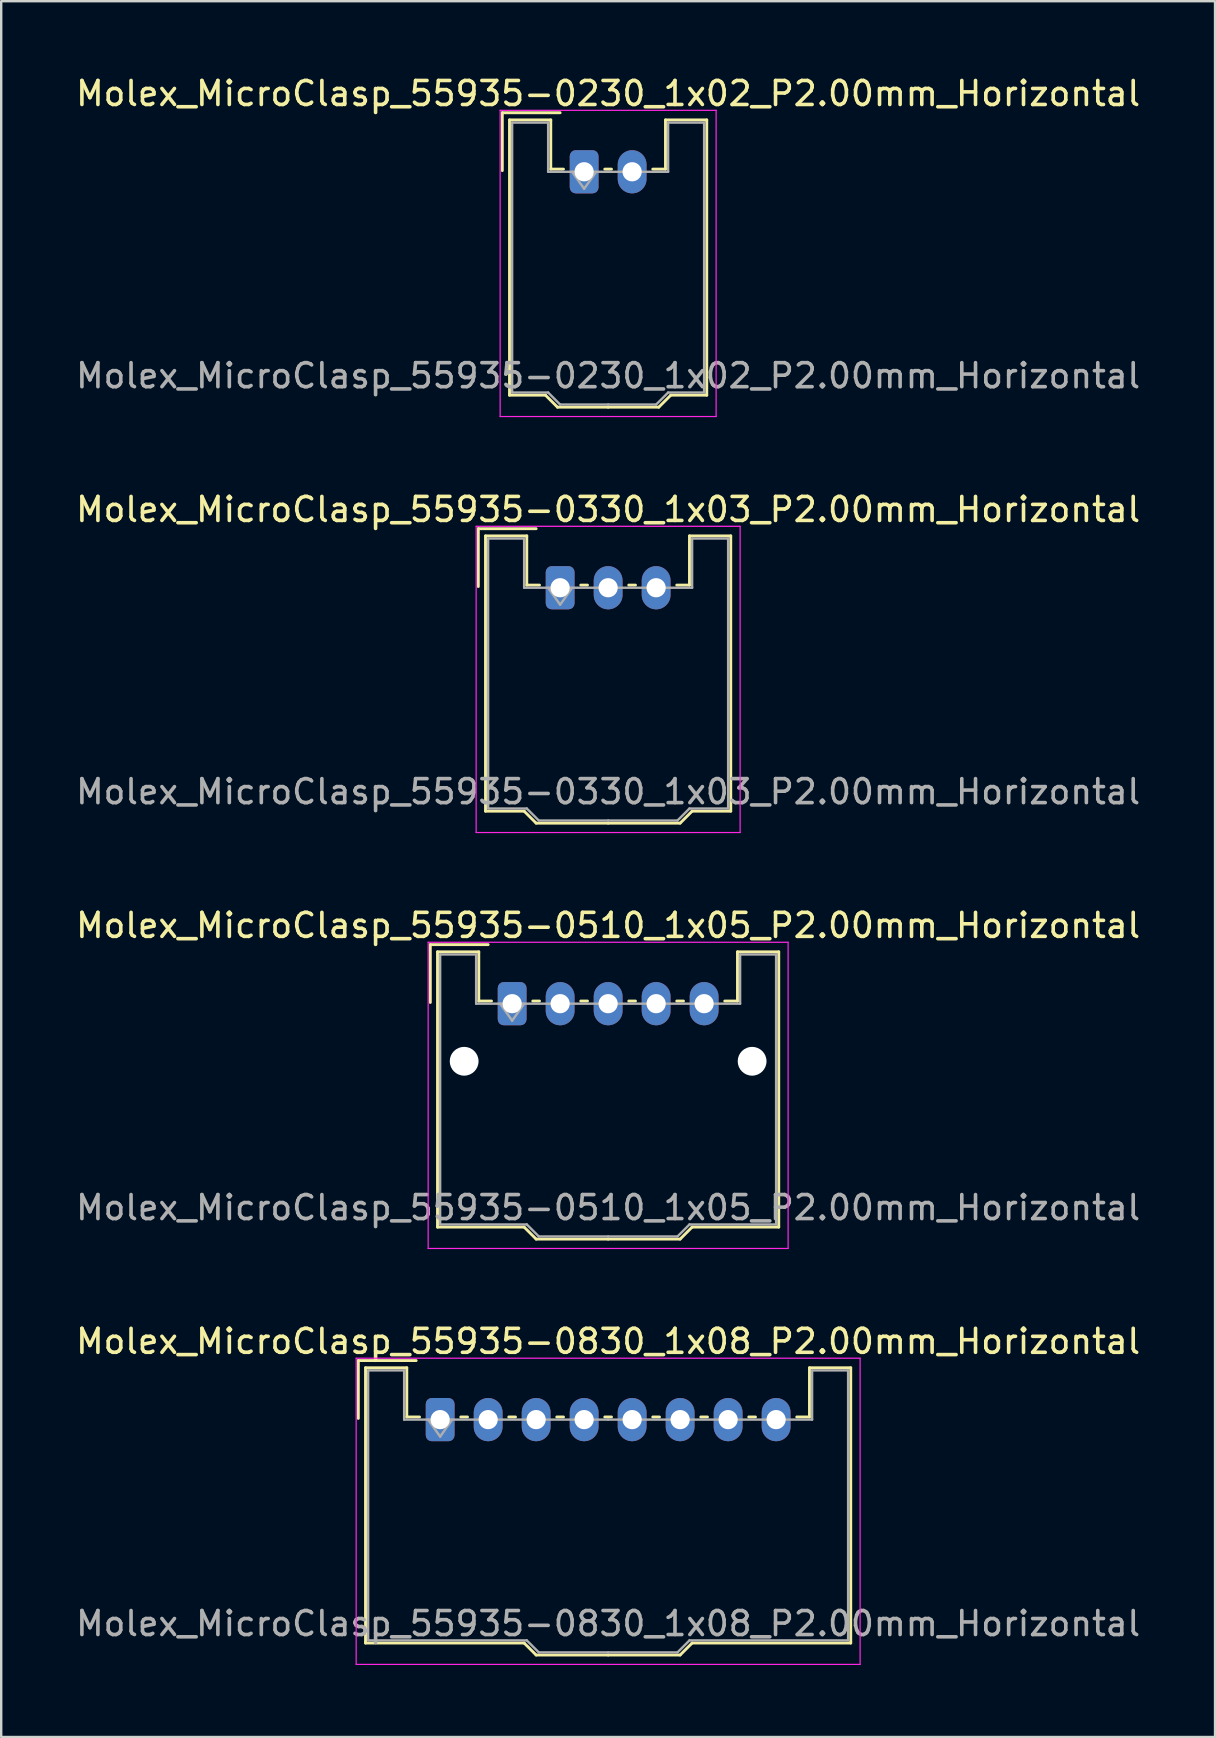
<source format=kicad_pcb>
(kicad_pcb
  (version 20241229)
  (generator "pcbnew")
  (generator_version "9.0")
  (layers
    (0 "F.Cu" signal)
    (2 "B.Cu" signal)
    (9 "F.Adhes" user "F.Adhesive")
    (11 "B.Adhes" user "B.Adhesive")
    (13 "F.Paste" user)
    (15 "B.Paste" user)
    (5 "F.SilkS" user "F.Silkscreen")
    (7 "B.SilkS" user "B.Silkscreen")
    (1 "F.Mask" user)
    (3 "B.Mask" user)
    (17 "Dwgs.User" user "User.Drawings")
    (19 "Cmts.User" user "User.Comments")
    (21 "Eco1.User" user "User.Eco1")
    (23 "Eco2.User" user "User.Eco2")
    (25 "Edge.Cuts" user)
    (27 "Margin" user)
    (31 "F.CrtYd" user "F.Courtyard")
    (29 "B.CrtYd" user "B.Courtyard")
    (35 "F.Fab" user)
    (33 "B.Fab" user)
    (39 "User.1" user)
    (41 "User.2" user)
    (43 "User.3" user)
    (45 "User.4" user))
  (footprint "Molex_MicroClasp_55935-0230_1x02_P2.00mm_Horizontal"
    (layer "F.Cu")
    (at 21.292 4.108)
    (property "Reference" "Molex_MicroClasp_55935-0230_1x02_P2.00mm_Horizontal" (at 1 -3.26 0) (layer "F.SilkS") (effects (font (size 1 1) (thickness 0.15))))
    (attr through_hole)
    (fp_line (start -3.41 -2.46) (end -1 -2.46) (stroke (width 0.12) (type solid)) (layer "F.SilkS"))
    (fp_line (start -3.41 -0.05) (end -3.41 -2.46) (stroke (width 0.12) (type solid)) (layer "F.SilkS"))
    (fp_line (start -3.11 -2.16) (end -1.39 -2.16) (stroke (width 0.12) (type solid)) (layer "F.SilkS"))
    (fp_line (start -3.11 9.31) (end -3.11 -2.16) (stroke (width 0.12) (type solid)) (layer "F.SilkS"))
    (fp_line (start -1.61 9.31) (end -3.11 9.31) (stroke (width 0.12) (type solid)) (layer "F.SilkS"))
    (fp_line (start -1.39 -2.16) (end -1.39 -0.11) (stroke (width 0.12) (type solid)) (layer "F.SilkS"))
    (fp_line (start -1.39 -0.11) (end -0.86 -0.11) (stroke (width 0.12) (type solid)) (layer "F.SilkS"))
    (fp_line (start -1.11 9.81) (end -1.61 9.31) (stroke (width 0.12) (type solid)) (layer "F.SilkS"))
    (fp_line (start 0.86 -0.11) (end 1.14 -0.11) (stroke (width 0.12) (type solid)) (layer "F.SilkS"))
    (fp_line (start 1 9.81) (end -1.11 9.81) (stroke (width 0.12) (type solid)) (layer "F.SilkS"))
    (fp_line (start 1 9.81) (end 3.11 9.81) (stroke (width 0.12) (type solid)) (layer "F.SilkS"))
    (fp_line (start 3.11 9.81) (end 3.61 9.31) (stroke (width 0.12) (type solid)) (layer "F.SilkS"))
    (fp_line (start 3.39 -2.16) (end 3.39 -0.11) (stroke (width 0.12) (type solid)) (layer "F.SilkS"))
    (fp_line (start 3.39 -0.11) (end 2.86 -0.11) (stroke (width 0.12) (type solid)) (layer "F.SilkS"))
    (fp_line (start 3.61 9.31) (end 5.11 9.31) (stroke (width 0.12) (type solid)) (layer "F.SilkS"))
    (fp_line (start 5.11 -2.16) (end 3.39 -2.16) (stroke (width 0.12) (type solid)) (layer "F.SilkS"))
    (fp_line (start 5.11 9.31) (end 5.11 -2.16) (stroke (width 0.12) (type solid)) (layer "F.SilkS"))
    (fp_line (start -3.5 -2.56) (end -3.5 10.2) (stroke (width 0.05) (type solid)) (layer "F.CrtYd"))
    (fp_line (start -3.5 10.2) (end 5.5 10.2) (stroke (width 0.05) (type solid)) (layer "F.CrtYd"))
    (fp_line (start 5.5 -2.56) (end -3.5 -2.56) (stroke (width 0.05) (type solid)) (layer "F.CrtYd"))
    (fp_line (start 5.5 10.2) (end 5.5 -2.56) (stroke (width 0.05) (type solid)) (layer "F.CrtYd"))
    (fp_line (start -3 -2.05) (end -1.5 -2.05) (stroke (width 0.1) (type solid)) (layer "F.Fab"))
    (fp_line (start -3 9.2) (end -3 -2.05) (stroke (width 0.1) (type solid)) (layer "F.Fab"))
    (fp_line (start -1.5 -2.05) (end -1.5 0) (stroke (width 0.1) (type solid)) (layer "F.Fab"))
    (fp_line (start -1.5 0) (end 1 0) (stroke (width 0.1) (type solid)) (layer "F.Fab"))
    (fp_line (start -1.5 9.2) (end -3 9.2) (stroke (width 0.1) (type solid)) (layer "F.Fab"))
    (fp_line (start -1 9.7) (end -1.5 9.2) (stroke (width 0.1) (type solid)) (layer "F.Fab"))
    (fp_line (start -0.5 0) (end 0 0.707) (stroke (width 0.1) (type solid)) (layer "F.Fab"))
    (fp_line (start 0 0.707) (end 0.5 0) (stroke (width 0.1) (type solid)) (layer "F.Fab"))
    (fp_line (start 1 9.7) (end -1 9.7) (stroke (width 0.1) (type solid)) (layer "F.Fab"))
    (fp_line (start 1 9.7) (end 3 9.7) (stroke (width 0.1) (type solid)) (layer "F.Fab"))
    (fp_line (start 3 9.7) (end 3.5 9.2) (stroke (width 0.1) (type solid)) (layer "F.Fab"))
    (fp_line (start 3.5 -2.05) (end 3.5 0) (stroke (width 0.1) (type solid)) (layer "F.Fab"))
    (fp_line (start 3.5 0) (end 1 0) (stroke (width 0.1) (type solid)) (layer "F.Fab"))
    (fp_line (start 3.5 9.2) (end 5 9.2) (stroke (width 0.1) (type solid)) (layer "F.Fab"))
    (fp_line (start 5 -2.05) (end 3.5 -2.05) (stroke (width 0.1) (type solid)) (layer "F.Fab"))
    (fp_line (start 5 9.2) (end 5 -2.05) (stroke (width 0.1) (type solid)) (layer "F.Fab"))
    (fp_text user "${REFERENCE}" (at 1 8.5 0) (layer "F.Fab") (effects (font (size 1 1) (thickness 0.15))))
    (pad "1" thru_hole roundrect (at 0 0) (size 1.2 1.8) (drill 0.8) (layers "*.Cu" "*.Mask") (roundrect_rratio 0.208))
    (pad "2" thru_hole oval (at 2 0) (size 1.2 1.8) (drill 0.8) (layers "*.Cu" "*.Mask")))
  (footprint "Molex_MicroClasp_55935-0330_1x03_P2.00mm_Horizontal"
    (layer "F.Cu")
    (at 20.292 21.442)
    (property "Reference" "Molex_MicroClasp_55935-0330_1x03_P2.00mm_Horizontal" (at 2 -3.26 0) (layer "F.SilkS") (effects (font (size 1 1) (thickness 0.15))))
    (attr through_hole)
    (fp_line (start -3.41 -2.46) (end -1 -2.46) (stroke (width 0.12) (type solid)) (layer "F.SilkS"))
    (fp_line (start -3.41 -0.05) (end -3.41 -2.46) (stroke (width 0.12) (type solid)) (layer "F.SilkS"))
    (fp_line (start -3.11 -2.16) (end -1.39 -2.16) (stroke (width 0.12) (type solid)) (layer "F.SilkS"))
    (fp_line (start -3.11 9.31) (end -3.11 -2.16) (stroke (width 0.12) (type solid)) (layer "F.SilkS"))
    (fp_line (start -1.5 9.31) (end -3.11 9.31) (stroke (width 0.12) (type solid)) (layer "F.SilkS"))
    (fp_line (start -1.39 -2.16) (end -1.39 -0.11) (stroke (width 0.12) (type solid)) (layer "F.SilkS"))
    (fp_line (start -1.39 -0.11) (end -0.86 -0.11) (stroke (width 0.12) (type solid)) (layer "F.SilkS"))
    (fp_line (start -1 9.81) (end -1.5 9.31) (stroke (width 0.12) (type solid)) (layer "F.SilkS"))
    (fp_line (start 0.86 -0.11) (end 1.14 -0.11) (stroke (width 0.12) (type solid)) (layer "F.SilkS"))
    (fp_line (start 2 9.81) (end -1 9.81) (stroke (width 0.12) (type solid)) (layer "F.SilkS"))
    (fp_line (start 2 9.81) (end 5 9.81) (stroke (width 0.12) (type solid)) (layer "F.SilkS"))
    (fp_line (start 2.86 -0.11) (end 3.14 -0.11) (stroke (width 0.12) (type solid)) (layer "F.SilkS"))
    (fp_line (start 5 9.81) (end 5.5 9.31) (stroke (width 0.12) (type solid)) (layer "F.SilkS"))
    (fp_line (start 5.39 -2.16) (end 5.39 -0.11) (stroke (width 0.12) (type solid)) (layer "F.SilkS"))
    (fp_line (start 5.39 -0.11) (end 4.86 -0.11) (stroke (width 0.12) (type solid)) (layer "F.SilkS"))
    (fp_line (start 5.5 9.31) (end 7.11 9.31) (stroke (width 0.12) (type solid)) (layer "F.SilkS"))
    (fp_line (start 7.11 -2.16) (end 5.39 -2.16) (stroke (width 0.12) (type solid)) (layer "F.SilkS"))
    (fp_line (start 7.11 9.31) (end 7.11 -2.16) (stroke (width 0.12) (type solid)) (layer "F.SilkS"))
    (fp_line (start -3.5 -2.56) (end -3.5 10.2) (stroke (width 0.05) (type solid)) (layer "F.CrtYd"))
    (fp_line (start -3.5 10.2) (end 7.5 10.2) (stroke (width 0.05) (type solid)) (layer "F.CrtYd"))
    (fp_line (start 7.5 -2.56) (end -3.5 -2.56) (stroke (width 0.05) (type solid)) (layer "F.CrtYd"))
    (fp_line (start 7.5 10.2) (end 7.5 -2.56) (stroke (width 0.05) (type solid)) (layer "F.CrtYd"))
    (fp_line (start -3 -2.05) (end -1.5 -2.05) (stroke (width 0.1) (type solid)) (layer "F.Fab"))
    (fp_line (start -3 9.2) (end -3 -2.05) (stroke (width 0.1) (type solid)) (layer "F.Fab"))
    (fp_line (start -1.5 -2.05) (end -1.5 0) (stroke (width 0.1) (type solid)) (layer "F.Fab"))
    (fp_line (start -1.5 0) (end 2 0) (stroke (width 0.1) (type solid)) (layer "F.Fab"))
    (fp_line (start -1.39 9.2) (end -3 9.2) (stroke (width 0.1) (type solid)) (layer "F.Fab"))
    (fp_line (start -0.89 9.7) (end -1.39 9.2) (stroke (width 0.1) (type solid)) (layer "F.Fab"))
    (fp_line (start -0.5 0) (end 0 0.707) (stroke (width 0.1) (type solid)) (layer "F.Fab"))
    (fp_line (start 0 0.707) (end 0.5 0) (stroke (width 0.1) (type solid)) (layer "F.Fab"))
    (fp_line (start 2 9.7) (end -0.89 9.7) (stroke (width 0.1) (type solid)) (layer "F.Fab"))
    (fp_line (start 2 9.7) (end 4.89 9.7) (stroke (width 0.1) (type solid)) (layer "F.Fab"))
    (fp_line (start 4.89 9.7) (end 5.39 9.2) (stroke (width 0.1) (type solid)) (layer "F.Fab"))
    (fp_line (start 5.39 9.2) (end 7 9.2) (stroke (width 0.1) (type solid)) (layer "F.Fab"))
    (fp_line (start 5.5 -2.05) (end 5.5 0) (stroke (width 0.1) (type solid)) (layer "F.Fab"))
    (fp_line (start 5.5 0) (end 2 0) (stroke (width 0.1) (type solid)) (layer "F.Fab"))
    (fp_line (start 7 -2.05) (end 5.5 -2.05) (stroke (width 0.1) (type solid)) (layer "F.Fab"))
    (fp_line (start 7 9.2) (end 7 -2.05) (stroke (width 0.1) (type solid)) (layer "F.Fab"))
    (fp_text user "${REFERENCE}" (at 2 8.5 0) (layer "F.Fab") (effects (font (size 1 1) (thickness 0.15))))
    (pad "1" thru_hole roundrect (at 0 0) (size 1.2 1.8) (drill 0.8) (layers "*.Cu" "*.Mask") (roundrect_rratio 0.208))
    (pad "2" thru_hole oval (at 2 0) (size 1.2 1.8) (drill 0.8) (layers "*.Cu" "*.Mask"))
    (pad "3" thru_hole oval (at 4 0) (size 1.2 1.8) (drill 0.8) (layers "*.Cu" "*.Mask")))
  (footprint "Molex_MicroClasp_55935-0510_1x05_P2.00mm_Horizontal"
    (layer "F.Cu")
    (at 18.292 38.775)
    (property "Reference" "Molex_MicroClasp_55935-0510_1x05_P2.00mm_Horizontal" (at 4 -3.26 0) (layer "F.SilkS") (effects (font (size 1 1) (thickness 0.15))))
    (attr through_hole)
    (fp_line (start -3.41 -2.46) (end -1 -2.46) (stroke (width 0.12) (type solid)) (layer "F.SilkS"))
    (fp_line (start -3.41 -0.05) (end -3.41 -2.46) (stroke (width 0.12) (type solid)) (layer "F.SilkS"))
    (fp_line (start -3.11 -2.16) (end -1.39 -2.16) (stroke (width 0.12) (type solid)) (layer "F.SilkS"))
    (fp_line (start -3.11 9.31) (end -3.11 -2.16) (stroke (width 0.12) (type solid)) (layer "F.SilkS"))
    (fp_line (start -1.39 -2.16) (end -1.39 -0.11) (stroke (width 0.12) (type solid)) (layer "F.SilkS"))
    (fp_line (start -1.39 -0.11) (end -0.86 -0.11) (stroke (width 0.12) (type solid)) (layer "F.SilkS"))
    (fp_line (start 0.5 9.31) (end -3.11 9.31) (stroke (width 0.12) (type solid)) (layer "F.SilkS"))
    (fp_line (start 0.86 -0.11) (end 1.14 -0.11) (stroke (width 0.12) (type solid)) (layer "F.SilkS"))
    (fp_line (start 1 9.81) (end 0.5 9.31) (stroke (width 0.12) (type solid)) (layer "F.SilkS"))
    (fp_line (start 2.86 -0.11) (end 3.14 -0.11) (stroke (width 0.12) (type solid)) (layer "F.SilkS"))
    (fp_line (start 4 9.81) (end 1 9.81) (stroke (width 0.12) (type solid)) (layer "F.SilkS"))
    (fp_line (start 4 9.81) (end 7 9.81) (stroke (width 0.12) (type solid)) (layer "F.SilkS"))
    (fp_line (start 4.86 -0.11) (end 5.14 -0.11) (stroke (width 0.12) (type solid)) (layer "F.SilkS"))
    (fp_line (start 6.86 -0.11) (end 7.14 -0.11) (stroke (width 0.12) (type solid)) (layer "F.SilkS"))
    (fp_line (start 7 9.81) (end 7.5 9.31) (stroke (width 0.12) (type solid)) (layer "F.SilkS"))
    (fp_line (start 7.5 9.31) (end 11.11 9.31) (stroke (width 0.12) (type solid)) (layer "F.SilkS"))
    (fp_line (start 9.39 -2.16) (end 9.39 -0.11) (stroke (width 0.12) (type solid)) (layer "F.SilkS"))
    (fp_line (start 9.39 -0.11) (end 8.86 -0.11) (stroke (width 0.12) (type solid)) (layer "F.SilkS"))
    (fp_line (start 11.11 -2.16) (end 9.39 -2.16) (stroke (width 0.12) (type solid)) (layer "F.SilkS"))
    (fp_line (start 11.11 9.31) (end 11.11 -2.16) (stroke (width 0.12) (type solid)) (layer "F.SilkS"))
    (fp_line (start -3.5 -2.56) (end -3.5 10.2) (stroke (width 0.05) (type solid)) (layer "F.CrtYd"))
    (fp_line (start -3.5 10.2) (end 11.5 10.2) (stroke (width 0.05) (type solid)) (layer "F.CrtYd"))
    (fp_line (start 11.5 -2.56) (end -3.5 -2.56) (stroke (width 0.05) (type solid)) (layer "F.CrtYd"))
    (fp_line (start 11.5 10.2) (end 11.5 -2.56) (stroke (width 0.05) (type solid)) (layer "F.CrtYd"))
    (fp_line (start -3 -2.05) (end -1.5 -2.05) (stroke (width 0.1) (type solid)) (layer "F.Fab"))
    (fp_line (start -3 9.2) (end -3 -2.05) (stroke (width 0.1) (type solid)) (layer "F.Fab"))
    (fp_line (start -1.5 -2.05) (end -1.5 0) (stroke (width 0.1) (type solid)) (layer "F.Fab"))
    (fp_line (start -1.5 0) (end 4 0) (stroke (width 0.1) (type solid)) (layer "F.Fab"))
    (fp_line (start -0.5 0) (end 0 0.707) (stroke (width 0.1) (type solid)) (layer "F.Fab"))
    (fp_line (start 0 0.707) (end 0.5 0) (stroke (width 0.1) (type solid)) (layer "F.Fab"))
    (fp_line (start 0.61 9.2) (end -3 9.2) (stroke (width 0.1) (type solid)) (layer "F.Fab"))
    (fp_line (start 1.11 9.7) (end 0.61 9.2) (stroke (width 0.1) (type solid)) (layer "F.Fab"))
    (fp_line (start 4 9.7) (end 1.11 9.7) (stroke (width 0.1) (type solid)) (layer "F.Fab"))
    (fp_line (start 4 9.7) (end 6.89 9.7) (stroke (width 0.1) (type solid)) (layer "F.Fab"))
    (fp_line (start 6.89 9.7) (end 7.39 9.2) (stroke (width 0.1) (type solid)) (layer "F.Fab"))
    (fp_line (start 7.39 9.2) (end 11 9.2) (stroke (width 0.1) (type solid)) (layer "F.Fab"))
    (fp_line (start 9.5 -2.05) (end 9.5 0) (stroke (width 0.1) (type solid)) (layer "F.Fab"))
    (fp_line (start 9.5 0) (end 4 0) (stroke (width 0.1) (type solid)) (layer "F.Fab"))
    (fp_line (start 11 -2.05) (end 9.5 -2.05) (stroke (width 0.1) (type solid)) (layer "F.Fab"))
    (fp_line (start 11 9.2) (end 11 -2.05) (stroke (width 0.1) (type solid)) (layer "F.Fab"))
    (fp_text user "${REFERENCE}" (at 4 8.5 0) (layer "F.Fab") (effects (font (size 1 1) (thickness 0.15))))
    (pad "" np_thru_hole circle (at -2 2.4) (size 1.2 1.2) (drill 1.2) (layers "*.Cu" "*.Mask"))
    (pad "" np_thru_hole circle (at 10 2.4) (size 1.2 1.2) (drill 1.2) (layers "*.Cu" "*.Mask"))
    (pad "1" thru_hole roundrect (at 0 0) (size 1.2 1.8) (drill 0.8) (layers "*.Cu" "*.Mask") (roundrect_rratio 0.208))
    (pad "2" thru_hole oval (at 2 0) (size 1.2 1.8) (drill 0.8) (layers "*.Cu" "*.Mask"))
    (pad "3" thru_hole oval (at 4 0) (size 1.2 1.8) (drill 0.8) (layers "*.Cu" "*.Mask"))
    (pad "4" thru_hole oval (at 6 0) (size 1.2 1.8) (drill 0.8) (layers "*.Cu" "*.Mask"))
    (pad "5" thru_hole oval (at 8 0) (size 1.2 1.8) (drill 0.8) (layers "*.Cu" "*.Mask")))
  (footprint "Molex_MicroClasp_55935-0830_1x08_P2.00mm_Horizontal"
    (layer "F.Cu")
    (at 15.292 56.108)
    (property "Reference" "Molex_MicroClasp_55935-0830_1x08_P2.00mm_Horizontal" (at 7 -3.26 0) (layer "F.SilkS") (effects (font (size 1 1) (thickness 0.15))))
    (attr through_hole)
    (fp_line (start -3.41 -2.46) (end -1 -2.46) (stroke (width 0.12) (type solid)) (layer "F.SilkS"))
    (fp_line (start -3.41 -0.05) (end -3.41 -2.46) (stroke (width 0.12) (type solid)) (layer "F.SilkS"))
    (fp_line (start -3.11 -2.16) (end -1.39 -2.16) (stroke (width 0.12) (type solid)) (layer "F.SilkS"))
    (fp_line (start -3.11 9.31) (end -3.11 -2.16) (stroke (width 0.12) (type solid)) (layer "F.SilkS"))
    (fp_line (start -1.39 -2.16) (end -1.39 -0.11) (stroke (width 0.12) (type solid)) (layer "F.SilkS"))
    (fp_line (start -1.39 -0.11) (end -0.86 -0.11) (stroke (width 0.12) (type solid)) (layer "F.SilkS"))
    (fp_line (start 0.86 -0.11) (end 1.14 -0.11) (stroke (width 0.12) (type solid)) (layer "F.SilkS"))
    (fp_line (start 2.86 -0.11) (end 3.14 -0.11) (stroke (width 0.12) (type solid)) (layer "F.SilkS"))
    (fp_line (start 3.5 9.31) (end -3.11 9.31) (stroke (width 0.12) (type solid)) (layer "F.SilkS"))
    (fp_line (start 4 9.81) (end 3.5 9.31) (stroke (width 0.12) (type solid)) (layer "F.SilkS"))
    (fp_line (start 4.86 -0.11) (end 5.14 -0.11) (stroke (width 0.12) (type solid)) (layer "F.SilkS"))
    (fp_line (start 6.86 -0.11) (end 7.14 -0.11) (stroke (width 0.12) (type solid)) (layer "F.SilkS"))
    (fp_line (start 7 9.81) (end 4 9.81) (stroke (width 0.12) (type solid)) (layer "F.SilkS"))
    (fp_line (start 7 9.81) (end 10 9.81) (stroke (width 0.12) (type solid)) (layer "F.SilkS"))
    (fp_line (start 8.86 -0.11) (end 9.14 -0.11) (stroke (width 0.12) (type solid)) (layer "F.SilkS"))
    (fp_line (start 10 9.81) (end 10.5 9.31) (stroke (width 0.12) (type solid)) (layer "F.SilkS"))
    (fp_line (start 10.5 9.31) (end 17.11 9.31) (stroke (width 0.12) (type solid)) (layer "F.SilkS"))
    (fp_line (start 10.86 -0.11) (end 11.14 -0.11) (stroke (width 0.12) (type solid)) (layer "F.SilkS"))
    (fp_line (start 12.86 -0.11) (end 13.14 -0.11) (stroke (width 0.12) (type solid)) (layer "F.SilkS"))
    (fp_line (start 15.39 -2.16) (end 15.39 -0.11) (stroke (width 0.12) (type solid)) (layer "F.SilkS"))
    (fp_line (start 15.39 -0.11) (end 14.86 -0.11) (stroke (width 0.12) (type solid)) (layer "F.SilkS"))
    (fp_line (start 17.11 -2.16) (end 15.39 -2.16) (stroke (width 0.12) (type solid)) (layer "F.SilkS"))
    (fp_line (start 17.11 9.31) (end 17.11 -2.16) (stroke (width 0.12) (type solid)) (layer "F.SilkS"))
    (fp_line (start -3.5 -2.56) (end -3.5 10.2) (stroke (width 0.05) (type solid)) (layer "F.CrtYd"))
    (fp_line (start -3.5 10.2) (end 17.5 10.2) (stroke (width 0.05) (type solid)) (layer "F.CrtYd"))
    (fp_line (start 17.5 -2.56) (end -3.5 -2.56) (stroke (width 0.05) (type solid)) (layer "F.CrtYd"))
    (fp_line (start 17.5 10.2) (end 17.5 -2.56) (stroke (width 0.05) (type solid)) (layer "F.CrtYd"))
    (fp_line (start -3 -2.05) (end -1.5 -2.05) (stroke (width 0.1) (type solid)) (layer "F.Fab"))
    (fp_line (start -3 9.2) (end -3 -2.05) (stroke (width 0.1) (type solid)) (layer "F.Fab"))
    (fp_line (start -1.5 -2.05) (end -1.5 0) (stroke (width 0.1) (type solid)) (layer "F.Fab"))
    (fp_line (start -1.5 0) (end 7 0) (stroke (width 0.1) (type solid)) (layer "F.Fab"))
    (fp_line (start -0.5 0) (end 0 0.707) (stroke (width 0.1) (type solid)) (layer "F.Fab"))
    (fp_line (start 0 0.707) (end 0.5 0) (stroke (width 0.1) (type solid)) (layer "F.Fab"))
    (fp_line (start 3.61 9.2) (end -3 9.2) (stroke (width 0.1) (type solid)) (layer "F.Fab"))
    (fp_line (start 4.11 9.7) (end 3.61 9.2) (stroke (width 0.1) (type solid)) (layer "F.Fab"))
    (fp_line (start 7 9.7) (end 4.11 9.7) (stroke (width 0.1) (type solid)) (layer "F.Fab"))
    (fp_line (start 7 9.7) (end 9.89 9.7) (stroke (width 0.1) (type solid)) (layer "F.Fab"))
    (fp_line (start 9.89 9.7) (end 10.39 9.2) (stroke (width 0.1) (type solid)) (layer "F.Fab"))
    (fp_line (start 10.39 9.2) (end 17 9.2) (stroke (width 0.1) (type solid)) (layer "F.Fab"))
    (fp_line (start 15.5 -2.05) (end 15.5 0) (stroke (width 0.1) (type solid)) (layer "F.Fab"))
    (fp_line (start 15.5 0) (end 7 0) (stroke (width 0.1) (type solid)) (layer "F.Fab"))
    (fp_line (start 17 -2.05) (end 15.5 -2.05) (stroke (width 0.1) (type solid)) (layer "F.Fab"))
    (fp_line (start 17 9.2) (end 17 -2.05) (stroke (width 0.1) (type solid)) (layer "F.Fab"))
    (fp_text user "${REFERENCE}" (at 7 8.5 0) (layer "F.Fab") (effects (font (size 1 1) (thickness 0.15))))
    (pad "1" thru_hole roundrect (at 0 0) (size 1.2 1.8) (drill 0.8) (layers "*.Cu" "*.Mask") (roundrect_rratio 0.208))
    (pad "2" thru_hole oval (at 2 0) (size 1.2 1.8) (drill 0.8) (layers "*.Cu" "*.Mask"))
    (pad "3" thru_hole oval (at 4 0) (size 1.2 1.8) (drill 0.8) (layers "*.Cu" "*.Mask"))
    (pad "4" thru_hole oval (at 6 0) (size 1.2 1.8) (drill 0.8) (layers "*.Cu" "*.Mask"))
    (pad "5" thru_hole oval (at 8 0) (size 1.2 1.8) (drill 0.8) (layers "*.Cu" "*.Mask"))
    (pad "6" thru_hole oval (at 10 0) (size 1.2 1.8) (drill 0.8) (layers "*.Cu" "*.Mask"))
    (pad "7" thru_hole oval (at 12 0) (size 1.2 1.8) (drill 0.8) (layers "*.Cu" "*.Mask"))
    (pad "8" thru_hole oval (at 14 0) (size 1.2 1.8) (drill 0.8) (layers "*.Cu" "*.Mask")))
  (gr_rect
    (start -3 -3)
    (end 47.583 69.333)
    (stroke (width 0.1) (type default))
    (fill no)
    (layer "Edge.Cuts")))
</source>
